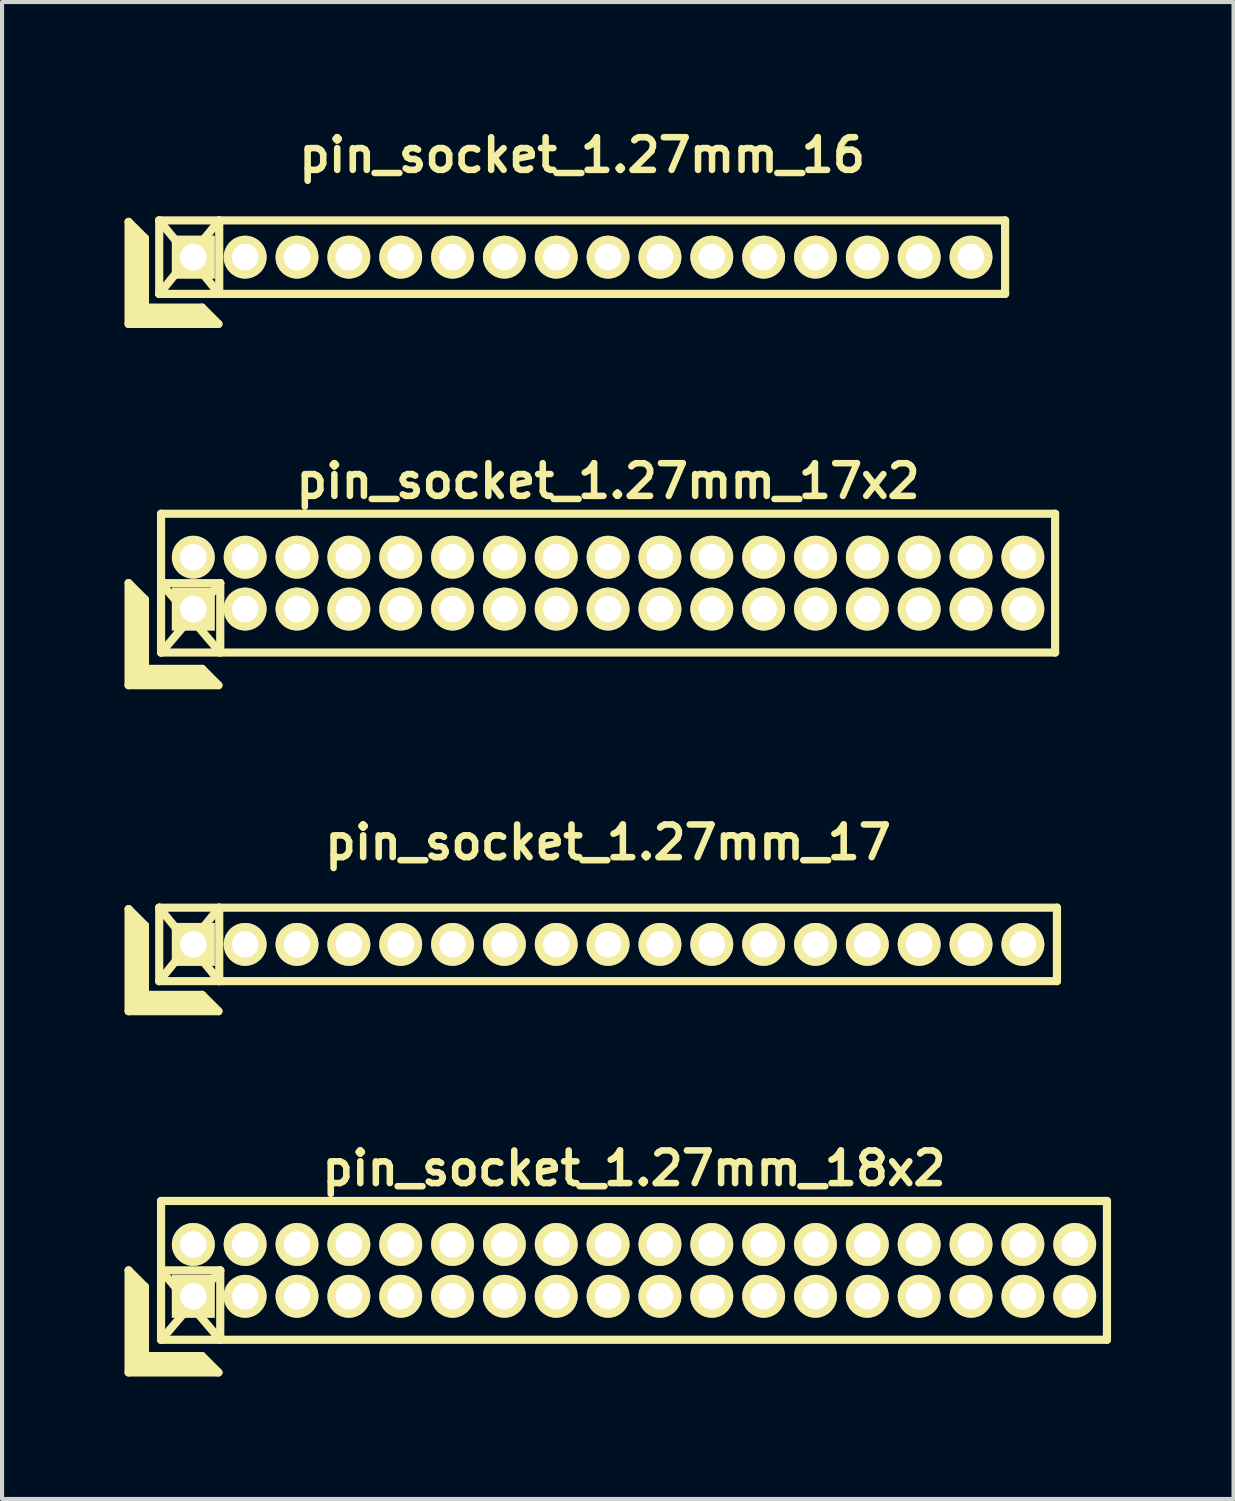
<source format=kicad_pcb>
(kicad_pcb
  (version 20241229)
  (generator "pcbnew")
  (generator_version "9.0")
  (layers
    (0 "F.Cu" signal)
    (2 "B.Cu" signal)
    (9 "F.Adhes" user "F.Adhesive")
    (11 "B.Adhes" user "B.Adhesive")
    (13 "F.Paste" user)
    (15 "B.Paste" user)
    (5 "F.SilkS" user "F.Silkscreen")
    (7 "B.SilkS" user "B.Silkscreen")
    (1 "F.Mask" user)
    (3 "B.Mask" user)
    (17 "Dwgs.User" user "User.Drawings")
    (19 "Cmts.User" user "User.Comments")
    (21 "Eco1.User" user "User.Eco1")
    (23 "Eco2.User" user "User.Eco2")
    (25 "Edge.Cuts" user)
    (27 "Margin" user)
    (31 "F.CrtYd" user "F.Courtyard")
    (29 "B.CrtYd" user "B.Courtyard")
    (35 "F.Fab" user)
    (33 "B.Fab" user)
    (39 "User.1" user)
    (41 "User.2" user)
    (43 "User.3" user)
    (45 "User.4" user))
  (footprint "pin_socket_1.27mm_16"
    (layer "F.Cu")
    (at 11.21 3.249)
    (property "Reference" "pin_socket_1.27mm_16" (at 0 -2.5 0) (layer "F.SilkS") (effects (font (size 0.8 0.8) (thickness 0.16))))
    (attr through_hole)
    (fp_line (start -11.11 -0.864) (end -11.11 1.636) (stroke (width 0.2) (type solid)) (layer "F.SilkS"))
    (fp_line (start -11.11 -0.864) (end -10.71 -0.464) (stroke (width 0.2) (type solid)) (layer "F.SilkS"))
    (fp_line (start -11.11 1.636) (end -8.91 1.636) (stroke (width 0.2) (type solid)) (layer "F.SilkS"))
    (fp_line (start -11.01 1.536) (end -11.01 -0.664) (stroke (width 0.2) (type solid)) (layer "F.SilkS"))
    (fp_line (start -11.01 1.536) (end -9.11 1.536) (stroke (width 0.2) (type solid)) (layer "F.SilkS"))
    (fp_line (start -10.91 1.436) (end -10.91 -0.564) (stroke (width 0.2) (type solid)) (layer "F.SilkS"))
    (fp_line (start -10.91 1.436) (end -9.21 1.436) (stroke (width 0.2) (type solid)) (layer "F.SilkS"))
    (fp_line (start -10.81 1.336) (end -10.81 -0.464) (stroke (width 0.2) (type solid)) (layer "F.SilkS"))
    (fp_line (start -10.81 1.336) (end -9.31 1.336) (stroke (width 0.2) (type solid)) (layer "F.SilkS"))
    (fp_line (start -10.71 1.236) (end -10.71 -0.464) (stroke (width 0.2) (type solid)) (layer "F.SilkS"))
    (fp_line (start -10.71 1.236) (end -9.31 1.236) (stroke (width 0.2) (type solid)) (layer "F.SilkS"))
    (fp_line (start -10.36 -0.9) (end -8.89 0.9) (stroke (width 0.2) (type solid)) (layer "F.SilkS"))
    (fp_line (start -10.36 -0.9) (end 10.36 -0.9) (stroke (width 0.2) (type solid)) (layer "F.SilkS"))
    (fp_line (start -10.36 0.9) (end -10.36 -0.9) (stroke (width 0.2) (type solid)) (layer "F.SilkS"))
    (fp_line (start -10.36 0.9) (end -8.89 -0.9) (stroke (width 0.2) (type solid)) (layer "F.SilkS"))
    (fp_line (start -9.31 1.236) (end -8.91 1.636) (stroke (width 0.2) (type solid)) (layer "F.SilkS"))
    (fp_line (start -8.89 -0.9) (end -8.89 0.9) (stroke (width 0.2) (type solid)) (layer "F.SilkS"))
    (fp_line (start 10.36 -0.9) (end 10.36 0.9) (stroke (width 0.2) (type solid)) (layer "F.SilkS"))
    (fp_line (start 10.36 0.9) (end -10.36 0.9) (stroke (width 0.2) (type solid)) (layer "F.SilkS"))
    (pad "1" thru_hole rect (at -9.525 0) (size 1.05 1.05) (drill 0.65) (layers "*.Cu" "*.Mask" "F.SilkS"))
    (pad "2" thru_hole oval (at -8.255 0) (size 1.05 1.05) (drill 0.65) (layers "*.Cu" "*.Mask" "F.SilkS"))
    (pad "3" thru_hole oval (at -6.985 0) (size 1.05 1.05) (drill 0.65) (layers "*.Cu" "*.Mask" "F.SilkS"))
    (pad "4" thru_hole oval (at -5.715 0) (size 1.05 1.05) (drill 0.65) (layers "*.Cu" "*.Mask" "F.SilkS"))
    (pad "5" thru_hole oval (at -4.445 0) (size 1.05 1.05) (drill 0.65) (layers "*.Cu" "*.Mask" "F.SilkS"))
    (pad "6" thru_hole oval (at -3.175 0) (size 1.05 1.05) (drill 0.65) (layers "*.Cu" "*.Mask" "F.SilkS"))
    (pad "7" thru_hole oval (at -1.905 0) (size 1.05 1.05) (drill 0.65) (layers "*.Cu" "*.Mask" "F.SilkS"))
    (pad "8" thru_hole oval (at -0.635 0) (size 1.05 1.05) (drill 0.65) (layers "*.Cu" "*.Mask" "F.SilkS"))
    (pad "9" thru_hole oval (at 0.635 0) (size 1.05 1.05) (drill 0.65) (layers "*.Cu" "*.Mask" "F.SilkS"))
    (pad "10" thru_hole oval (at 1.905 0) (size 1.05 1.05) (drill 0.65) (layers "*.Cu" "*.Mask" "F.SilkS"))
    (pad "11" thru_hole oval (at 3.175 0) (size 1.05 1.05) (drill 0.65) (layers "*.Cu" "*.Mask" "F.SilkS"))
    (pad "12" thru_hole oval (at 4.445 0) (size 1.05 1.05) (drill 0.65) (layers "*.Cu" "*.Mask" "F.SilkS"))
    (pad "13" thru_hole oval (at 5.715 0) (size 1.05 1.05) (drill 0.65) (layers "*.Cu" "*.Mask" "F.SilkS"))
    (pad "14" thru_hole oval (at 6.985 0) (size 1.05 1.05) (drill 0.65) (layers "*.Cu" "*.Mask" "F.SilkS"))
    (pad "15" thru_hole oval (at 8.255 0) (size 1.05 1.05) (drill 0.65) (layers "*.Cu" "*.Mask" "F.SilkS"))
    (pad "16" thru_hole oval (at 9.525 0) (size 1.05 1.05) (drill 0.65) (layers "*.Cu" "*.Mask" "F.SilkS")))
  (footprint "pin_socket_1.27mm_18x2"
    (layer "F.Cu")
    (at 12.48 28.068)
    (property "Reference" "pin_socket_1.27mm_18x2" (at 0 -2.5 0) (layer "F.SilkS") (effects (font (size 0.8 0.8) (thickness 0.16))))
    (attr through_hole)
    (fp_line (start -12.38 0) (end -12.38 2.5) (stroke (width 0.2) (type solid)) (layer "F.SilkS"))
    (fp_line (start -12.38 0) (end -11.98 0.4) (stroke (width 0.2) (type solid)) (layer "F.SilkS"))
    (fp_line (start -12.38 2.5) (end -10.18 2.5) (stroke (width 0.2) (type solid)) (layer "F.SilkS"))
    (fp_line (start -12.28 2.4) (end -12.28 0.2) (stroke (width 0.2) (type solid)) (layer "F.SilkS"))
    (fp_line (start -12.28 2.4) (end -10.38 2.4) (stroke (width 0.2) (type solid)) (layer "F.SilkS"))
    (fp_line (start -12.18 2.3) (end -12.18 0.3) (stroke (width 0.2) (type solid)) (layer "F.SilkS"))
    (fp_line (start -12.18 2.3) (end -10.48 2.3) (stroke (width 0.2) (type solid)) (layer "F.SilkS"))
    (fp_line (start -12.08 2.2) (end -12.08 0.4) (stroke (width 0.2) (type solid)) (layer "F.SilkS"))
    (fp_line (start -12.08 2.2) (end -10.58 2.2) (stroke (width 0.2) (type solid)) (layer "F.SilkS"))
    (fp_line (start -11.98 2.1) (end -11.98 0.4) (stroke (width 0.2) (type solid)) (layer "F.SilkS"))
    (fp_line (start -11.98 2.1) (end -10.58 2.1) (stroke (width 0.2) (type solid)) (layer "F.SilkS"))
    (fp_line (start -11.585 -1.7) (end 11.585 -1.7) (stroke (width 0.2) (type solid)) (layer "F.SilkS"))
    (fp_line (start -11.585 0) (end -10.135 0) (stroke (width 0.2) (type solid)) (layer "F.SilkS"))
    (fp_line (start -11.585 0) (end -10.135 1.7) (stroke (width 0.2) (type solid)) (layer "F.SilkS"))
    (fp_line (start -11.585 1.7) (end -11.585 -1.7) (stroke (width 0.2) (type solid)) (layer "F.SilkS"))
    (fp_line (start -10.58 2.1) (end -10.18 2.5) (stroke (width 0.2) (type solid)) (layer "F.SilkS"))
    (fp_line (start -10.135 0) (end -11.58 1.7) (stroke (width 0.2) (type solid)) (layer "F.SilkS"))
    (fp_line (start -10.135 0) (end -10.135 1.7) (stroke (width 0.2) (type solid)) (layer "F.SilkS"))
    (fp_line (start 11.585 -1.7) (end 11.585 1.7) (stroke (width 0.2) (type solid)) (layer "F.SilkS"))
    (fp_line (start 11.585 1.7) (end -11.585 1.7) (stroke (width 0.2) (type solid)) (layer "F.SilkS"))
    (pad "1" thru_hole rect (at -10.795 0.635) (size 1.05 1.05) (drill 0.65) (layers "*.Cu" "*.Mask" "F.SilkS"))
    (pad "2" thru_hole oval (at -10.795 -0.635) (size 1.05 1.05) (drill 0.65) (layers "*.Cu" "*.Mask" "F.SilkS"))
    (pad "3" thru_hole oval (at -9.525 0.635) (size 1.05 1.05) (drill 0.65) (layers "*.Cu" "*.Mask" "F.SilkS"))
    (pad "4" thru_hole oval (at -9.525 -0.635) (size 1.05 1.05) (drill 0.65) (layers "*.Cu" "*.Mask" "F.SilkS"))
    (pad "5" thru_hole oval (at -8.255 0.635) (size 1.05 1.05) (drill 0.65) (layers "*.Cu" "*.Mask" "F.SilkS"))
    (pad "6" thru_hole oval (at -8.255 -0.635) (size 1.05 1.05) (drill 0.65) (layers "*.Cu" "*.Mask" "F.SilkS"))
    (pad "7" thru_hole oval (at -6.985 0.635) (size 1.05 1.05) (drill 0.65) (layers "*.Cu" "*.Mask" "F.SilkS"))
    (pad "8" thru_hole oval (at -6.985 -0.635) (size 1.05 1.05) (drill 0.65) (layers "*.Cu" "*.Mask" "F.SilkS"))
    (pad "9" thru_hole oval (at -5.715 0.635) (size 1.05 1.05) (drill 0.65) (layers "*.Cu" "*.Mask" "F.SilkS"))
    (pad "10" thru_hole oval (at -5.715 -0.635) (size 1.05 1.05) (drill 0.65) (layers "*.Cu" "*.Mask" "F.SilkS"))
    (pad "11" thru_hole oval (at -4.445 0.635) (size 1.05 1.05) (drill 0.65) (layers "*.Cu" "*.Mask" "F.SilkS"))
    (pad "12" thru_hole oval (at -4.445 -0.635) (size 1.05 1.05) (drill 0.65) (layers "*.Cu" "*.Mask" "F.SilkS"))
    (pad "13" thru_hole oval (at -3.175 0.635) (size 1.05 1.05) (drill 0.65) (layers "*.Cu" "*.Mask" "F.SilkS"))
    (pad "14" thru_hole oval (at -3.175 -0.635) (size 1.05 1.05) (drill 0.65) (layers "*.Cu" "*.Mask" "F.SilkS"))
    (pad "15" thru_hole oval (at -1.905 0.635) (size 1.05 1.05) (drill 0.65) (layers "*.Cu" "*.Mask" "F.SilkS"))
    (pad "16" thru_hole oval (at -1.905 -0.635) (size 1.05 1.05) (drill 0.65) (layers "*.Cu" "*.Mask" "F.SilkS"))
    (pad "17" thru_hole oval (at -0.635 0.635) (size 1.05 1.05) (drill 0.65) (layers "*.Cu" "*.Mask" "F.SilkS"))
    (pad "18" thru_hole oval (at -0.635 -0.635) (size 1.05 1.05) (drill 0.65) (layers "*.Cu" "*.Mask" "F.SilkS"))
    (pad "19" thru_hole oval (at 0.635 0.635) (size 1.05 1.05) (drill 0.65) (layers "*.Cu" "*.Mask" "F.SilkS"))
    (pad "20" thru_hole oval (at 0.635 -0.635) (size 1.05 1.05) (drill 0.65) (layers "*.Cu" "*.Mask" "F.SilkS"))
    (pad "21" thru_hole oval (at 1.905 0.635) (size 1.05 1.05) (drill 0.65) (layers "*.Cu" "*.Mask" "F.SilkS"))
    (pad "22" thru_hole oval (at 1.905 -0.635) (size 1.05 1.05) (drill 0.65) (layers "*.Cu" "*.Mask" "F.SilkS"))
    (pad "23" thru_hole oval (at 3.175 0.635) (size 1.05 1.05) (drill 0.65) (layers "*.Cu" "*.Mask" "F.SilkS"))
    (pad "24" thru_hole oval (at 3.175 -0.635) (size 1.05 1.05) (drill 0.65) (layers "*.Cu" "*.Mask" "F.SilkS"))
    (pad "25" thru_hole oval (at 4.445 0.635) (size 1.05 1.05) (drill 0.65) (layers "*.Cu" "*.Mask" "F.SilkS"))
    (pad "26" thru_hole oval (at 4.445 -0.635) (size 1.05 1.05) (drill 0.65) (layers "*.Cu" "*.Mask" "F.SilkS"))
    (pad "27" thru_hole oval (at 5.715 0.635) (size 1.05 1.05) (drill 0.65) (layers "*.Cu" "*.Mask" "F.SilkS"))
    (pad "28" thru_hole oval (at 5.715 -0.635) (size 1.05 1.05) (drill 0.65) (layers "*.Cu" "*.Mask" "F.SilkS"))
    (pad "29" thru_hole oval (at 6.985 0.635) (size 1.05 1.05) (drill 0.65) (layers "*.Cu" "*.Mask" "F.SilkS"))
    (pad "30" thru_hole oval (at 6.985 -0.635) (size 1.05 1.05) (drill 0.65) (layers "*.Cu" "*.Mask" "F.SilkS"))
    (pad "31" thru_hole oval (at 8.255 0.635) (size 1.05 1.05) (drill 0.65) (layers "*.Cu" "*.Mask" "F.SilkS"))
    (pad "32" thru_hole oval (at 8.255 -0.635) (size 1.05 1.05) (drill 0.65) (layers "*.Cu" "*.Mask" "F.SilkS"))
    (pad "33" thru_hole oval (at 9.525 0.635) (size 1.05 1.05) (drill 0.65) (layers "*.Cu" "*.Mask" "F.SilkS"))
    (pad "34" thru_hole oval (at 9.525 -0.635) (size 1.05 1.05) (drill 0.65) (layers "*.Cu" "*.Mask" "F.SilkS"))
    (pad "35" thru_hole oval (at 10.795 0.635) (size 1.05 1.05) (drill 0.65) (layers "*.Cu" "*.Mask" "F.SilkS"))
    (pad "36" thru_hole oval (at 10.795 -0.635) (size 1.05 1.05) (drill 0.65) (layers "*.Cu" "*.Mask" "F.SilkS")))
  (footprint "pin_socket_1.27mm_17"
    (layer "F.Cu")
    (at 11.845 20.083)
    (property "Reference" "pin_socket_1.27mm_17" (at 0 -2.5 0) (layer "F.SilkS") (effects (font (size 0.8 0.8) (thickness 0.16))))
    (attr through_hole)
    (fp_line (start -11.745 -0.864) (end -11.745 1.636) (stroke (width 0.2) (type solid)) (layer "F.SilkS"))
    (fp_line (start -11.745 -0.864) (end -11.345 -0.464) (stroke (width 0.2) (type solid)) (layer "F.SilkS"))
    (fp_line (start -11.745 1.636) (end -9.545 1.636) (stroke (width 0.2) (type solid)) (layer "F.SilkS"))
    (fp_line (start -11.645 1.536) (end -11.645 -0.664) (stroke (width 0.2) (type solid)) (layer "F.SilkS"))
    (fp_line (start -11.645 1.536) (end -9.745 1.536) (stroke (width 0.2) (type solid)) (layer "F.SilkS"))
    (fp_line (start -11.545 1.436) (end -11.545 -0.564) (stroke (width 0.2) (type solid)) (layer "F.SilkS"))
    (fp_line (start -11.545 1.436) (end -9.845 1.436) (stroke (width 0.2) (type solid)) (layer "F.SilkS"))
    (fp_line (start -11.445 1.336) (end -11.445 -0.464) (stroke (width 0.2) (type solid)) (layer "F.SilkS"))
    (fp_line (start -11.445 1.336) (end -9.945 1.336) (stroke (width 0.2) (type solid)) (layer "F.SilkS"))
    (fp_line (start -11.345 1.236) (end -11.345 -0.464) (stroke (width 0.2) (type solid)) (layer "F.SilkS"))
    (fp_line (start -11.345 1.236) (end -9.945 1.236) (stroke (width 0.2) (type solid)) (layer "F.SilkS"))
    (fp_line (start -10.995 -0.9) (end -9.525 0.9) (stroke (width 0.2) (type solid)) (layer "F.SilkS"))
    (fp_line (start -10.995 -0.9) (end 10.995 -0.9) (stroke (width 0.2) (type solid)) (layer "F.SilkS"))
    (fp_line (start -10.995 0.9) (end -10.995 -0.9) (stroke (width 0.2) (type solid)) (layer "F.SilkS"))
    (fp_line (start -10.995 0.9) (end -9.525 -0.9) (stroke (width 0.2) (type solid)) (layer "F.SilkS"))
    (fp_line (start -9.945 1.236) (end -9.545 1.636) (stroke (width 0.2) (type solid)) (layer "F.SilkS"))
    (fp_line (start -9.525 -0.9) (end -9.525 0.9) (stroke (width 0.2) (type solid)) (layer "F.SilkS"))
    (fp_line (start 10.995 -0.9) (end 10.995 0.9) (stroke (width 0.2) (type solid)) (layer "F.SilkS"))
    (fp_line (start 10.995 0.9) (end -10.995 0.9) (stroke (width 0.2) (type solid)) (layer "F.SilkS"))
    (pad "1" thru_hole rect (at -10.16 0) (size 1.05 1.05) (drill 0.65) (layers "*.Cu" "*.Mask" "F.SilkS"))
    (pad "2" thru_hole oval (at -8.89 0) (size 1.05 1.05) (drill 0.65) (layers "*.Cu" "*.Mask" "F.SilkS"))
    (pad "3" thru_hole oval (at -7.62 0) (size 1.05 1.05) (drill 0.65) (layers "*.Cu" "*.Mask" "F.SilkS"))
    (pad "4" thru_hole oval (at -6.35 0) (size 1.05 1.05) (drill 0.65) (layers "*.Cu" "*.Mask" "F.SilkS"))
    (pad "5" thru_hole oval (at -5.08 0) (size 1.05 1.05) (drill 0.65) (layers "*.Cu" "*.Mask" "F.SilkS"))
    (pad "6" thru_hole oval (at -3.81 0) (size 1.05 1.05) (drill 0.65) (layers "*.Cu" "*.Mask" "F.SilkS"))
    (pad "7" thru_hole oval (at -2.54 0) (size 1.05 1.05) (drill 0.65) (layers "*.Cu" "*.Mask" "F.SilkS"))
    (pad "8" thru_hole oval (at -1.27 0) (size 1.05 1.05) (drill 0.65) (layers "*.Cu" "*.Mask" "F.SilkS"))
    (pad "9" thru_hole oval (at 0 0) (size 1.05 1.05) (drill 0.65) (layers "*.Cu" "*.Mask" "F.SilkS"))
    (pad "10" thru_hole oval (at 1.27 0) (size 1.05 1.05) (drill 0.65) (layers "*.Cu" "*.Mask" "F.SilkS"))
    (pad "11" thru_hole oval (at 2.54 0) (size 1.05 1.05) (drill 0.65) (layers "*.Cu" "*.Mask" "F.SilkS"))
    (pad "12" thru_hole oval (at 3.81 0) (size 1.05 1.05) (drill 0.65) (layers "*.Cu" "*.Mask" "F.SilkS"))
    (pad "13" thru_hole oval (at 5.08 0) (size 1.05 1.05) (drill 0.65) (layers "*.Cu" "*.Mask" "F.SilkS"))
    (pad "14" thru_hole oval (at 6.35 0) (size 1.05 1.05) (drill 0.65) (layers "*.Cu" "*.Mask" "F.SilkS"))
    (pad "15" thru_hole oval (at 7.62 0) (size 1.05 1.05) (drill 0.65) (layers "*.Cu" "*.Mask" "F.SilkS"))
    (pad "16" thru_hole oval (at 8.89 0) (size 1.05 1.05) (drill 0.65) (layers "*.Cu" "*.Mask" "F.SilkS"))
    (pad "17" thru_hole oval (at 10.16 0) (size 1.05 1.05) (drill 0.65) (layers "*.Cu" "*.Mask" "F.SilkS")))
  (footprint "pin_socket_1.27mm_17x2"
    (layer "F.Cu")
    (at 11.845 11.234)
    (property "Reference" "pin_socket_1.27mm_17x2" (at 0 -2.5 0) (layer "F.SilkS") (effects (font (size 0.8 0.8) (thickness 0.16))))
    (attr through_hole)
    (fp_line (start -11.745 0) (end -11.745 2.5) (stroke (width 0.2) (type solid)) (layer "F.SilkS"))
    (fp_line (start -11.745 0) (end -11.345 0.4) (stroke (width 0.2) (type solid)) (layer "F.SilkS"))
    (fp_line (start -11.745 2.5) (end -9.545 2.5) (stroke (width 0.2) (type solid)) (layer "F.SilkS"))
    (fp_line (start -11.645 2.4) (end -11.645 0.2) (stroke (width 0.2) (type solid)) (layer "F.SilkS"))
    (fp_line (start -11.645 2.4) (end -9.745 2.4) (stroke (width 0.2) (type solid)) (layer "F.SilkS"))
    (fp_line (start -11.545 2.3) (end -11.545 0.3) (stroke (width 0.2) (type solid)) (layer "F.SilkS"))
    (fp_line (start -11.545 2.3) (end -9.845 2.3) (stroke (width 0.2) (type solid)) (layer "F.SilkS"))
    (fp_line (start -11.445 2.2) (end -11.445 0.4) (stroke (width 0.2) (type solid)) (layer "F.SilkS"))
    (fp_line (start -11.445 2.2) (end -9.945 2.2) (stroke (width 0.2) (type solid)) (layer "F.SilkS"))
    (fp_line (start -11.345 2.1) (end -11.345 0.4) (stroke (width 0.2) (type solid)) (layer "F.SilkS"))
    (fp_line (start -11.345 2.1) (end -9.945 2.1) (stroke (width 0.2) (type solid)) (layer "F.SilkS"))
    (fp_line (start -10.95 -1.7) (end 10.95 -1.7) (stroke (width 0.2) (type solid)) (layer "F.SilkS"))
    (fp_line (start -10.95 0) (end -9.5 0) (stroke (width 0.2) (type solid)) (layer "F.SilkS"))
    (fp_line (start -10.95 0) (end -9.5 1.7) (stroke (width 0.2) (type solid)) (layer "F.SilkS"))
    (fp_line (start -10.95 1.7) (end -10.95 -1.7) (stroke (width 0.2) (type solid)) (layer "F.SilkS"))
    (fp_line (start -9.945 2.1) (end -9.545 2.5) (stroke (width 0.2) (type solid)) (layer "F.SilkS"))
    (fp_line (start -9.5 0) (end -10.945 1.7) (stroke (width 0.2) (type solid)) (layer "F.SilkS"))
    (fp_line (start -9.5 0) (end -9.5 1.7) (stroke (width 0.2) (type solid)) (layer "F.SilkS"))
    (fp_line (start 10.95 -1.7) (end 10.95 1.7) (stroke (width 0.2) (type solid)) (layer "F.SilkS"))
    (fp_line (start 10.95 1.7) (end -10.95 1.7) (stroke (width 0.2) (type solid)) (layer "F.SilkS"))
    (pad "1" thru_hole rect (at -10.16 0.635) (size 1.05 1.05) (drill 0.65) (layers "*.Cu" "*.Mask" "F.SilkS"))
    (pad "2" thru_hole oval (at -10.16 -0.635) (size 1.05 1.05) (drill 0.65) (layers "*.Cu" "*.Mask" "F.SilkS"))
    (pad "3" thru_hole oval (at -8.89 0.635) (size 1.05 1.05) (drill 0.65) (layers "*.Cu" "*.Mask" "F.SilkS"))
    (pad "4" thru_hole oval (at -8.89 -0.635) (size 1.05 1.05) (drill 0.65) (layers "*.Cu" "*.Mask" "F.SilkS"))
    (pad "5" thru_hole oval (at -7.62 0.635) (size 1.05 1.05) (drill 0.65) (layers "*.Cu" "*.Mask" "F.SilkS"))
    (pad "6" thru_hole oval (at -7.62 -0.635) (size 1.05 1.05) (drill 0.65) (layers "*.Cu" "*.Mask" "F.SilkS"))
    (pad "7" thru_hole oval (at -6.35 0.635) (size 1.05 1.05) (drill 0.65) (layers "*.Cu" "*.Mask" "F.SilkS"))
    (pad "8" thru_hole oval (at -6.35 -0.635) (size 1.05 1.05) (drill 0.65) (layers "*.Cu" "*.Mask" "F.SilkS"))
    (pad "9" thru_hole oval (at -5.08 0.635) (size 1.05 1.05) (drill 0.65) (layers "*.Cu" "*.Mask" "F.SilkS"))
    (pad "10" thru_hole oval (at -5.08 -0.635) (size 1.05 1.05) (drill 0.65) (layers "*.Cu" "*.Mask" "F.SilkS"))
    (pad "11" thru_hole oval (at -3.81 0.635) (size 1.05 1.05) (drill 0.65) (layers "*.Cu" "*.Mask" "F.SilkS"))
    (pad "12" thru_hole oval (at -3.81 -0.635) (size 1.05 1.05) (drill 0.65) (layers "*.Cu" "*.Mask" "F.SilkS"))
    (pad "13" thru_hole oval (at -2.54 0.635) (size 1.05 1.05) (drill 0.65) (layers "*.Cu" "*.Mask" "F.SilkS"))
    (pad "14" thru_hole oval (at -2.54 -0.635) (size 1.05 1.05) (drill 0.65) (layers "*.Cu" "*.Mask" "F.SilkS"))
    (pad "15" thru_hole oval (at -1.27 0.635) (size 1.05 1.05) (drill 0.65) (layers "*.Cu" "*.Mask" "F.SilkS"))
    (pad "16" thru_hole oval (at -1.27 -0.635) (size 1.05 1.05) (drill 0.65) (layers "*.Cu" "*.Mask" "F.SilkS"))
    (pad "17" thru_hole oval (at 0 0.635) (size 1.05 1.05) (drill 0.65) (layers "*.Cu" "*.Mask" "F.SilkS"))
    (pad "18" thru_hole oval (at 0 -0.635) (size 1.05 1.05) (drill 0.65) (layers "*.Cu" "*.Mask" "F.SilkS"))
    (pad "19" thru_hole oval (at 1.27 0.635) (size 1.05 1.05) (drill 0.65) (layers "*.Cu" "*.Mask" "F.SilkS"))
    (pad "20" thru_hole oval (at 1.27 -0.635) (size 1.05 1.05) (drill 0.65) (layers "*.Cu" "*.Mask" "F.SilkS"))
    (pad "21" thru_hole oval (at 2.54 0.635) (size 1.05 1.05) (drill 0.65) (layers "*.Cu" "*.Mask" "F.SilkS"))
    (pad "22" thru_hole oval (at 2.54 -0.635) (size 1.05 1.05) (drill 0.65) (layers "*.Cu" "*.Mask" "F.SilkS"))
    (pad "23" thru_hole oval (at 3.81 0.635) (size 1.05 1.05) (drill 0.65) (layers "*.Cu" "*.Mask" "F.SilkS"))
    (pad "24" thru_hole oval (at 3.81 -0.635) (size 1.05 1.05) (drill 0.65) (layers "*.Cu" "*.Mask" "F.SilkS"))
    (pad "25" thru_hole oval (at 5.08 0.635) (size 1.05 1.05) (drill 0.65) (layers "*.Cu" "*.Mask" "F.SilkS"))
    (pad "26" thru_hole oval (at 5.08 -0.635) (size 1.05 1.05) (drill 0.65) (layers "*.Cu" "*.Mask" "F.SilkS"))
    (pad "27" thru_hole oval (at 6.35 0.635) (size 1.05 1.05) (drill 0.65) (layers "*.Cu" "*.Mask" "F.SilkS"))
    (pad "28" thru_hole oval (at 6.35 -0.635) (size 1.05 1.05) (drill 0.65) (layers "*.Cu" "*.Mask" "F.SilkS"))
    (pad "29" thru_hole oval (at 7.62 0.635) (size 1.05 1.05) (drill 0.65) (layers "*.Cu" "*.Mask" "F.SilkS"))
    (pad "30" thru_hole oval (at 7.62 -0.635) (size 1.05 1.05) (drill 0.65) (layers "*.Cu" "*.Mask" "F.SilkS"))
    (pad "31" thru_hole oval (at 8.89 0.635) (size 1.05 1.05) (drill 0.65) (layers "*.Cu" "*.Mask" "F.SilkS"))
    (pad "32" thru_hole oval (at 8.89 -0.635) (size 1.05 1.05) (drill 0.65) (layers "*.Cu" "*.Mask" "F.SilkS"))
    (pad "33" thru_hole oval (at 10.16 0.635) (size 1.05 1.05) (drill 0.65) (layers "*.Cu" "*.Mask" "F.SilkS"))
    (pad "34" thru_hole oval (at 10.16 -0.635) (size 1.05 1.05) (drill 0.65) (layers "*.Cu" "*.Mask" "F.SilkS")))
  (gr_rect
    (start -3 -3)
    (end 27.165 33.668)
    (stroke (width 0.1) (type default))
    (fill no)
    (layer "Edge.Cuts")))
</source>
